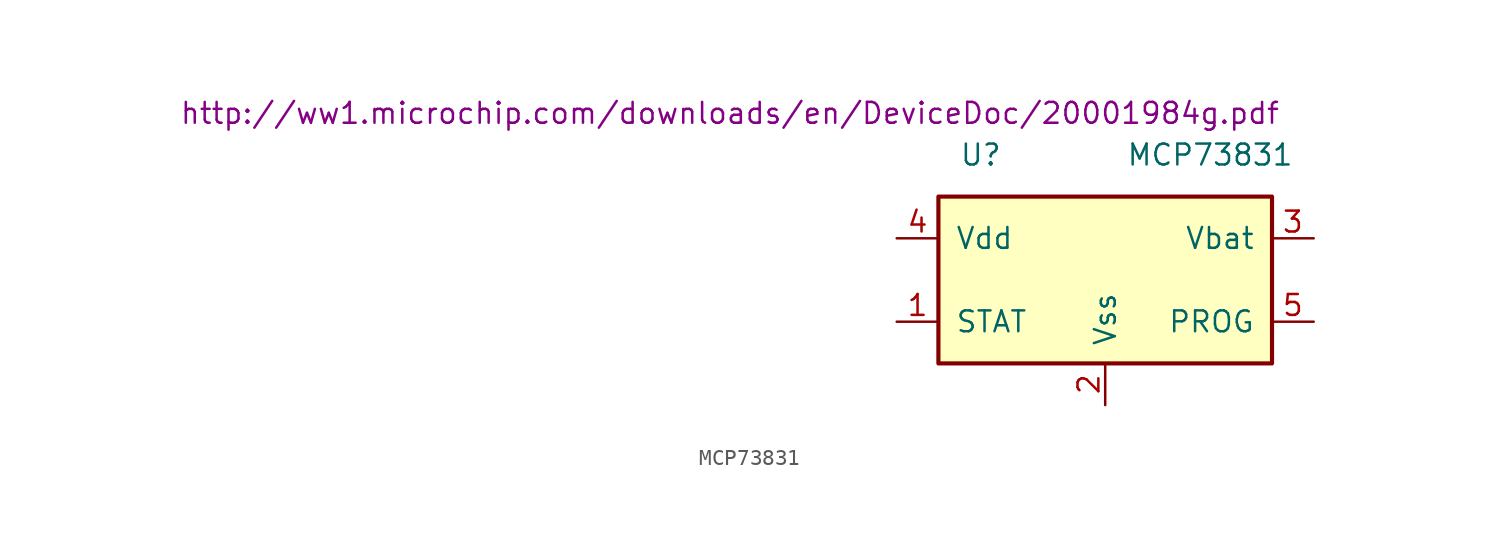
<source format=kicad_sym>
(kicad_symbol_lib
  (version 20231120)
  (generator "kicad_symbol_editor")
  (generator_version "8.0")
  (symbol "MCP73831"
    (pin_names
      (offset 1.016))
    (property "Reference" "U"
      (at -8.89 7.62 0)
      (effects (font (size 1.27 1.27)) (justify left)))
    (property "Value" "MCP73831"
      (at 1.27 7.62 0)
      (effects (font (size 1.27 1.27)) (justify left)))
    (property "Datasheet" "http://ww1.microchip.com/downloads/en/DeviceDoc/20001984g.pdf"
      (at -22.86 10.16 0)
      (effects (font (size 1.27 1.27))))
    (symbol "MCP73831_0_1"
      (rectangle (start 10.16 5.08) (end -10.16 -5.08) (stroke (width 0.254) (type solid)) (fill (type background))))
    (symbol "MCP73831_1_1"
      (pin output line (at -12.7 -2.54 0) (length 2.54) (name "STAT" (effects (font (size 1.27 1.27)))) (number "1" (effects (font (size 1.27 1.27)))))
      (pin power_in line (at 0 -7.62 90) (length 2.54) (name "Vss" (effects (font (size 1.27 1.27)))) (number "2" (effects (font (size 1.27 1.27)))))
      (pin output line (at 12.7 2.54 180) (length 2.54) (name "Vbat" (effects (font (size 1.27 1.27)))) (number "3" (effects (font (size 1.27 1.27)))))
      (pin power_in line (at -12.7 2.54 0) (length 2.54) (name "Vdd" (effects (font (size 1.27 1.27)))) (number "4" (effects (font (size 1.27 1.27)))))
      (pin output line (at 12.7 -2.54 180) (length 2.54) (name "PROG" (effects (font (size 1.27 1.27)))) (number "5" (effects (font (size 1.27 1.27))))))))
</source>
